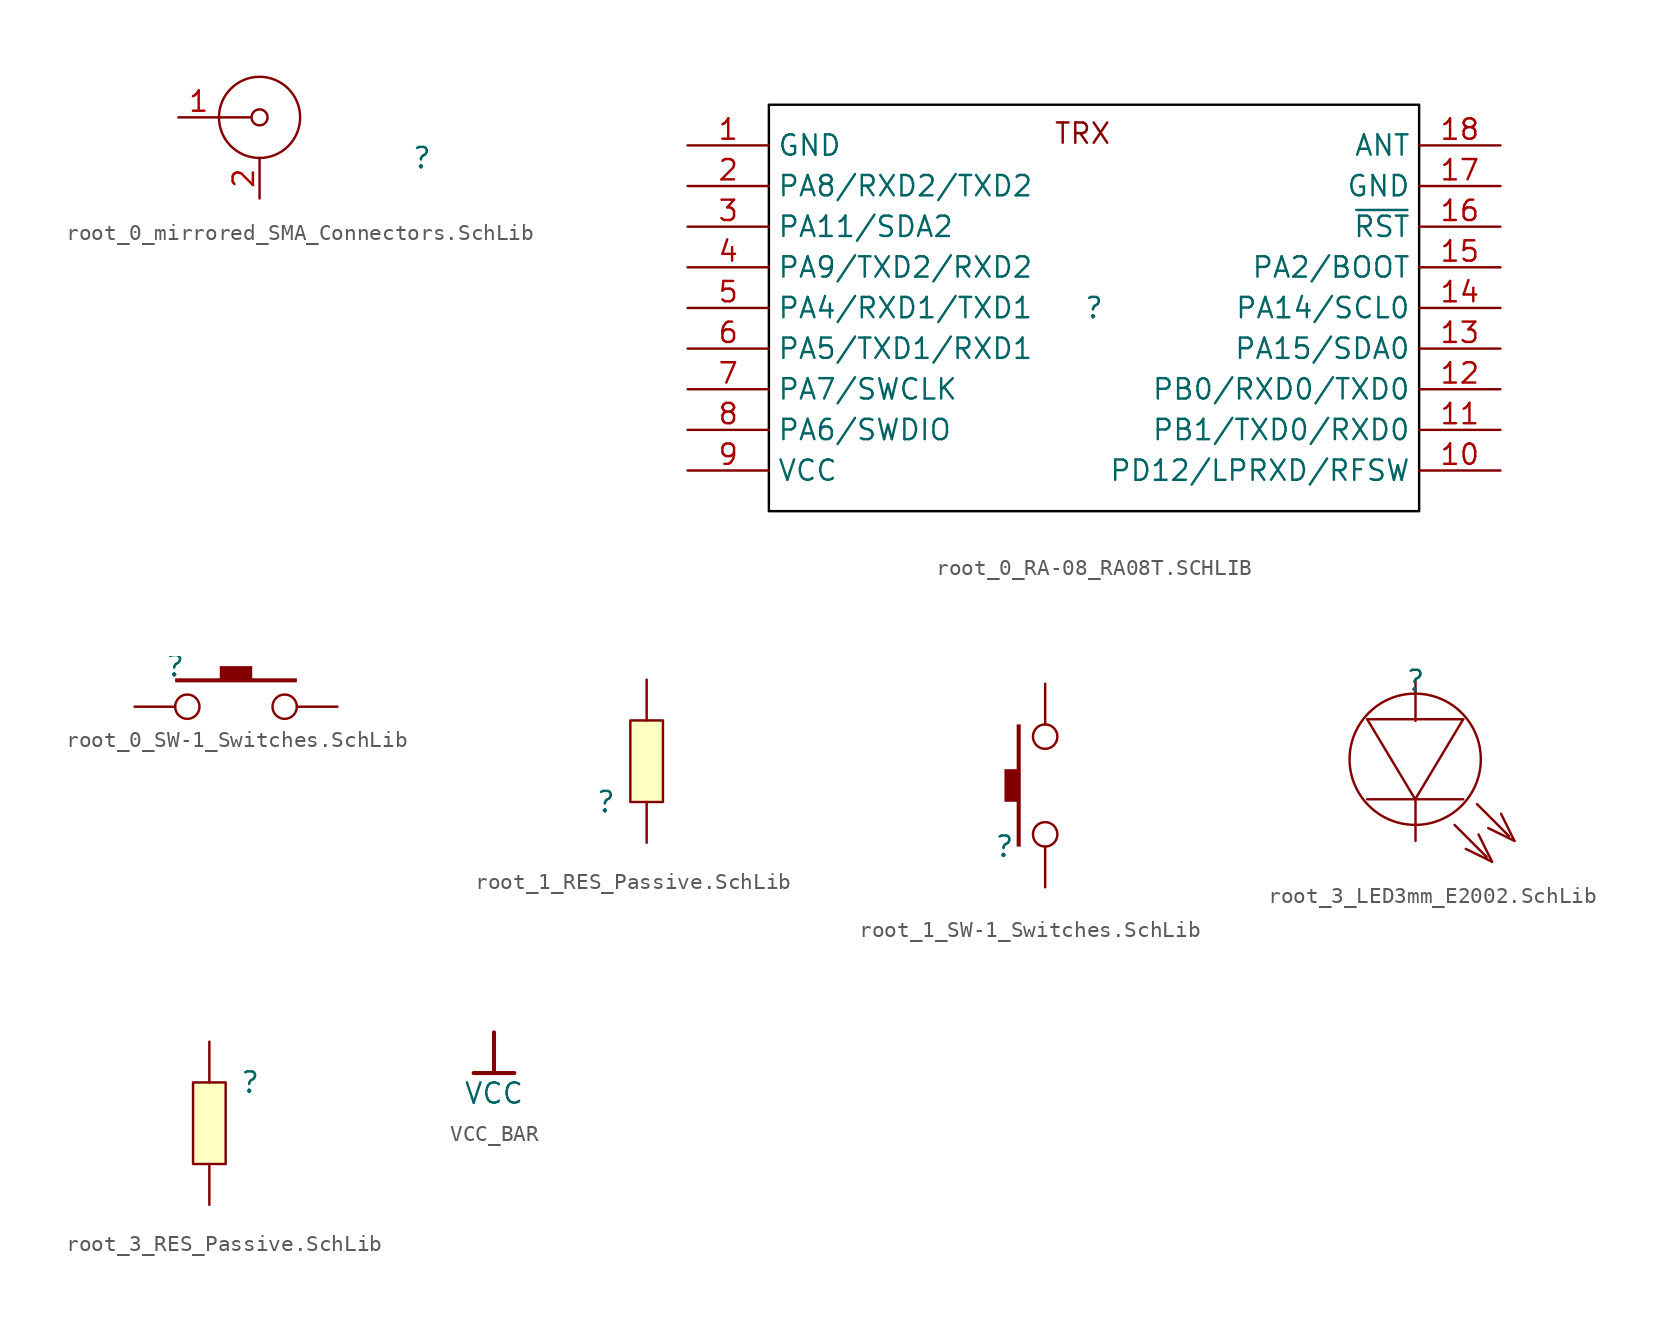
<source format=kicad_sym>
(kicad_symbol_lib
  (version 20241209)
  (generator "kicad_symbol_editor")
  (generator_version "9.0")
  (symbol "root_0_mirrored_SMA_Connectors.SchLib"
    (pin_names
      (hide yes))
    (property "Reference" ""
      (at 0 0 0)
      (effects (font (size 1.27 1.27))))
    (property "Value" ""
      (at 0 0 0)
      (effects (font (size 1.27 1.27))))
    (symbol "root_0_mirrored_SMA_Connectors.SchLib_1_0"
      (polyline (pts (xy -12.7 2.54) (xy -10.756 2.54)) (stroke (width 0) (type solid)) (fill (type none)))
      (circle (center -10.16 2.54) (radius 0.5) (stroke (width 0) (type solid)) (fill (type color) (color 255 255 255 0.5)))
      (circle (center -10.16 2.54) (radius 2.54) (stroke (width 0) (type solid)) (fill (type color) (color 255 255 255 0.5)))
      (pin passive line (at -15.24 2.54 0) (length 2.54) (name "1" (effects (font (size 1.27 1.27)))) (number "1" (effects (font (size 1.27 1.27)))))
      (pin passive line (at -10.16 -2.54 90) (length 2.54) (name "2" (effects (font (size 1.27 1.27)))) (number "2" (effects (font (size 1.27 1.27)))))))
  (symbol "root_0_RA-08_RA08T.SCHLIB"
    (property "Reference" ""
      (at 0 0 0)
      (effects (font (size 1.27 1.27))))
    (property "Value" ""
      (at 0 0 0)
      (effects (font (size 1.27 1.27))))
    (symbol "root_0_RA-08_RA08T.SCHLIB_1_0"
      (rectangle (start -15.24 -12.7) (end -15.24 -12.7) (stroke (width 0.025) (type solid) (color 128 0 0 1)) (fill (type background)))
      (rectangle (start 20.32 12.7) (end -20.32 -12.7) (stroke (width 0) (type solid) (color 0 0 0 1)) (fill (type none)))
      (text "TRX" (at -2.54 10.16 0) (effects (font (size 1.27 1.27)) (justify left bottom)))
      (pin passive line (at -25.4 10.16 0) (length 5.08) (name "GND" (effects (font (size 1.27 1.27)))) (number "1" (effects (font (size 1.27 1.27)))))
      (pin passive line (at -25.4 7.62 0) (length 5.08) (name "PA8/RXD2/TXD2" (effects (font (size 1.27 1.27)))) (number "2" (effects (font (size 1.27 1.27)))))
      (pin passive line (at -25.4 5.08 0) (length 5.08) (name "PA11/SDA2" (effects (font (size 1.27 1.27)))) (number "3" (effects (font (size 1.27 1.27)))))
      (pin passive line (at -25.4 2.54 0) (length 5.08) (name "PA9/TXD2/RXD2" (effects (font (size 1.27 1.27)))) (number "4" (effects (font (size 1.27 1.27)))))
      (pin passive line (at -25.4 0 0) (length 5.08) (name "PA4/RXD1/TXD1" (effects (font (size 1.27 1.27)))) (number "5" (effects (font (size 1.27 1.27)))))
      (pin passive line (at -25.4 -2.54 0) (length 5.08) (name "PA5/TXD1/RXD1" (effects (font (size 1.27 1.27)))) (number "6" (effects (font (size 1.27 1.27)))))
      (pin passive line (at -25.4 -5.08 0) (length 5.08) (name "PA7/SWCLK" (effects (font (size 1.27 1.27)))) (number "7" (effects (font (size 1.27 1.27)))))
      (pin passive line (at -25.4 -7.62 0) (length 5.08) (name "PA6/SWDIO" (effects (font (size 1.27 1.27)))) (number "8" (effects (font (size 1.27 1.27)))))
      (pin passive line (at -25.4 -10.16 0) (length 5.08) (name "VCC" (effects (font (size 1.27 1.27)))) (number "9" (effects (font (size 1.27 1.27)))))
      (pin passive line (at 25.4 10.16 180) (length 5.08) (name "ANT" (effects (font (size 1.27 1.27)))) (number "18" (effects (font (size 1.27 1.27)))))
      (pin passive line (at 25.4 7.62 180) (length 5.08) (name "GND" (effects (font (size 1.27 1.27)))) (number "17" (effects (font (size 1.27 1.27)))))
      (pin passive line (at 25.4 5.08 180) (length 5.08) (name "~{RST}" (effects (font (size 1.27 1.27)))) (number "16" (effects (font (size 1.27 1.27)))))
      (pin passive line (at 25.4 2.54 180) (length 5.08) (name "PA2/BOOT" (effects (font (size 1.27 1.27)))) (number "15" (effects (font (size 1.27 1.27)))))
      (pin passive line (at 25.4 0 180) (length 5.08) (name "PA14/SCL0" (effects (font (size 1.27 1.27)))) (number "14" (effects (font (size 1.27 1.27)))))
      (pin passive line (at 25.4 -2.54 180) (length 5.08) (name "PA15/SDA0" (effects (font (size 1.27 1.27)))) (number "13" (effects (font (size 1.27 1.27)))))
      (pin passive line (at 25.4 -5.08 180) (length 5.08) (name "PB0/RXD0/TXD0" (effects (font (size 1.27 1.27)))) (number "12" (effects (font (size 1.27 1.27)))))
      (pin passive line (at 25.4 -7.62 180) (length 5.08) (name "PB1/TXD0/RXD0" (effects (font (size 1.27 1.27)))) (number "11" (effects (font (size 1.27 1.27)))))
      (pin passive line (at 25.4 -10.16 180) (length 5.08) (name "PD12/LPRXD/RFSW" (effects (font (size 1.27 1.27)))) (number "10" (effects (font (size 1.27 1.27)))))))
  (symbol "root_0_SW-1_Switches.SchLib"
    (pin_numbers
      (hide yes))
    (pin_names
      (hide yes))
    (property "Reference" ""
      (at 0 0 0)
      (effects (font (size 1.27 1.27))))
    (property "Value" ""
      (at 0 0 0)
      (effects (font (size 1.27 1.27))))
    (symbol "root_0_SW-1_Switches.SchLib_1_0"
      (polyline (pts (xy 0 -0.762) (xy 0 -1.016) (xy 7.62 -1.016) (xy 7.62 -0.762) (xy 4.826 -0.762) (xy 4.826 0) (xy 2.794 0) (xy 2.794 -0.762) (xy 0 -0.762)) (stroke (width -0.0001) (type solid)) (fill (type outline)))
      (circle (center 0.762 -2.54) (radius 0.762) (stroke (width 0) (type solid)) (fill (type none)))
      (circle (center 6.858 -2.54) (radius 0.762) (stroke (width 0) (type solid)) (fill (type none)))
      (pin passive line (at -2.54 -2.54 0) (length 2.54) (name "1" (effects (font (size 1.27 1.27)))) (number "1" (effects (font (size 1.27 1.27)))))
      (pin passive line (at 10.16 -2.54 180) (length 2.54) (name "2" (effects (font (size 1.27 1.27)))) (number "2" (effects (font (size 1.27 1.27)))))))
  (symbol "root_1_RES_Passive.SchLib"
    (pin_numbers
      (hide yes))
    (pin_names
      (hide yes))
    (property "Reference" ""
      (at 0 0 0)
      (effects (font (size 1.27 1.27))))
    (property "Value" ""
      (at 0 0 0)
      (effects (font (size 1.27 1.27))))
    (symbol "root_1_RES_Passive.SchLib_1_0"
      (rectangle (start 3.556 5.08) (end 1.524 0) (stroke (width 0) (type solid) (color 128 0 0 1)) (fill (type background)))
      (pin passive line (at 2.54 7.62 270) (length 2.54) (name "2" (effects (font (size 1.27 1.27)))) (number "2" (effects (font (size 1.27 1.27)))))
      (pin passive line (at 2.54 -2.54 90) (length 2.54) (name "1" (effects (font (size 1.27 1.27)))) (number "1" (effects (font (size 1.27 1.27)))))))
  (symbol "root_1_SW-1_Switches.SchLib"
    (pin_numbers
      (hide yes))
    (pin_names
      (hide yes))
    (property "Reference" ""
      (at 0 0 0)
      (effects (font (size 1.27 1.27))))
    (property "Value" ""
      (at 0 0 0)
      (effects (font (size 1.27 1.27))))
    (symbol "root_1_SW-1_Switches.SchLib_1_0"
      (polyline (pts (xy 0.762 0) (xy 1.016 0) (xy 1.016 7.62) (xy 0.762 7.62) (xy 0.762 4.826) (xy 0 4.826) (xy 0 2.794) (xy 0.762 2.794) (xy 0.762 0)) (stroke (width -0.0001) (type solid)) (fill (type outline)))
      (circle (center 2.54 6.858) (radius 0.762) (stroke (width 0) (type solid)) (fill (type none)))
      (circle (center 2.54 0.762) (radius 0.762) (stroke (width 0) (type solid)) (fill (type none)))
      (pin passive line (at 2.54 10.16 270) (length 2.54) (name "2" (effects (font (size 1.27 1.27)))) (number "2" (effects (font (size 1.27 1.27)))))
      (pin passive line (at 2.54 -2.54 90) (length 2.54) (name "1" (effects (font (size 1.27 1.27)))) (number "1" (effects (font (size 1.27 1.27)))))))
  (symbol "root_3_LED3mm_E2002.SchLib"
    (pin_numbers
      (hide yes))
    (pin_names
      (hide yes))
    (property "Reference" ""
      (at 0 0 0)
      (effects (font (size 1.27 1.27))))
    (property "Value" ""
      (at 0 0 0)
      (effects (font (size 1.27 1.27))))
    (symbol "root_3_LED3mm_E2002.SchLib_1_0"
      (circle (center -0.02 -4.9) (radius 4.1) (stroke (width 0) (type solid)) (fill (type none)))
      (polyline (pts (xy -0.02 -7.4) (xy -3.02 -2.4)) (stroke (width 0) (type solid)) (fill (type none)))
      (polyline (pts (xy -0.02 -7.4) (xy 2.98 -2.4)) (stroke (width 0) (type solid)) (fill (type none)))
      (polyline (pts (xy 2.44 -9) (xy 4.44 -11)) (stroke (width 0) (type solid)) (fill (type none)))
      (polyline (pts (xy 2.98 -2.4) (xy -3.02 -2.4)) (stroke (width 0) (type solid)) (fill (type none)))
      (polyline (pts (xy 2.98 -7.4) (xy -3.02 -7.4)) (stroke (width 0) (type solid)) (fill (type none)))
      (polyline (pts (xy 3.84 -7.7) (xy 5.84 -9.7)) (stroke (width 0) (type solid)) (fill (type none)))
      (polyline (pts (xy 4.78 -11.3) (xy 3.14 -10.5)) (stroke (width 0) (type solid)) (fill (type none)))
      (polyline (pts (xy 4.78 -11.3) (xy 3.94 -9.6)) (stroke (width 0) (type solid)) (fill (type none)))
      (polyline (pts (xy 6.18 -10) (xy 4.54 -9.2)) (stroke (width 0) (type solid)) (fill (type none)))
      (polyline (pts (xy 6.18 -10) (xy 5.34 -8.3)) (stroke (width 0) (type solid)) (fill (type none)))
      (pin passive line (at 0 0 270) (length 2.5) (name "1" (effects (font (size 1.27 1.27)))) (number "1" (effects (font (size 1.27 1.27)))))
      (pin passive line (at 0 -10 90) (length 2.5) (name "2" (effects (font (size 1.27 1.27)))) (number "2" (effects (font (size 1.27 1.27)))))))
  (symbol "root_3_RES_Passive.SchLib"
    (pin_numbers
      (hide yes))
    (pin_names
      (hide yes))
    (property "Reference" ""
      (at 0 0 0)
      (effects (font (size 1.27 1.27))))
    (property "Value" ""
      (at 0 0 0)
      (effects (font (size 1.27 1.27))))
    (symbol "root_3_RES_Passive.SchLib_1_0"
      (rectangle (start -1.524 0) (end -3.556 -5.08) (stroke (width 0) (type solid) (color 128 0 0 1)) (fill (type background)))
      (pin passive line (at -2.54 2.54 270) (length 2.54) (name "1" (effects (font (size 1.27 1.27)))) (number "1" (effects (font (size 1.27 1.27)))))
      (pin passive line (at -2.54 -7.62 90) (length 2.54) (name "2" (effects (font (size 1.27 1.27)))) (number "2" (effects (font (size 1.27 1.27)))))))
  (symbol "VCC_BAR"
    (power)
    (property "Reference" "#PWR"
      (at 0 0 0)
      (effects (font (size 1.27 1.27)) (hide yes)))
    (property "Value" "VCC"
      (at 0 -3.81 0)
      (effects (font (size 1.27 1.27))))
    (symbol "VCC_BAR_0_0"
      (polyline (pts (xy -1.27 -2.54) (xy 1.27 -2.54)) (stroke (width 0.254) (type solid)) (fill (type none)))
      (polyline (pts (xy 0 0) (xy 0 -2.54)) (stroke (width 0.254) (type solid)) (fill (type none)))
      (pin power_in line (at 0 0 0) (length 0) (hide yes) (name "VCC" (effects (font (size 1.27 1.27)))) (number "" (effects (font (size 1.27 1.27))))))))
</source>
